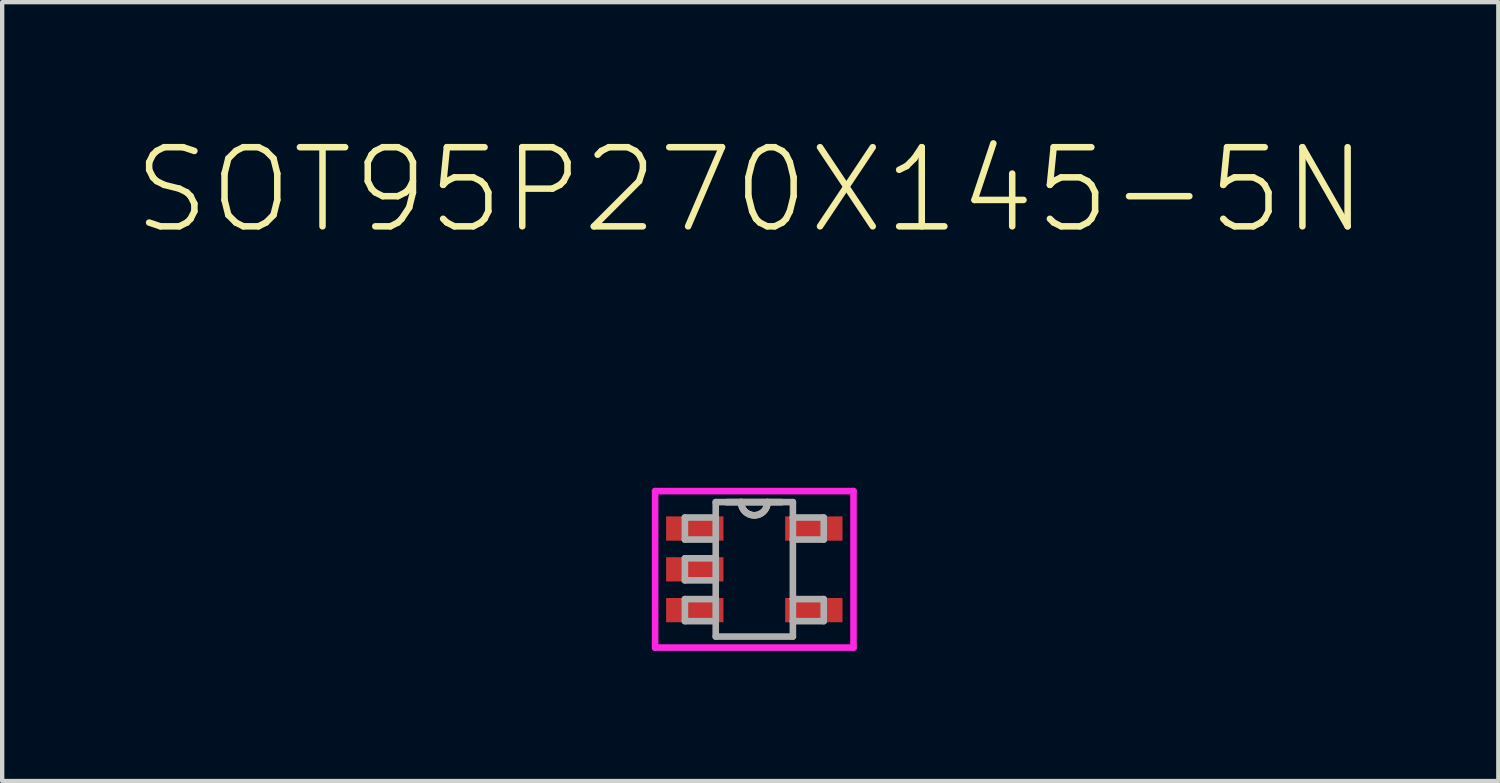
<source format=kicad_pcb>
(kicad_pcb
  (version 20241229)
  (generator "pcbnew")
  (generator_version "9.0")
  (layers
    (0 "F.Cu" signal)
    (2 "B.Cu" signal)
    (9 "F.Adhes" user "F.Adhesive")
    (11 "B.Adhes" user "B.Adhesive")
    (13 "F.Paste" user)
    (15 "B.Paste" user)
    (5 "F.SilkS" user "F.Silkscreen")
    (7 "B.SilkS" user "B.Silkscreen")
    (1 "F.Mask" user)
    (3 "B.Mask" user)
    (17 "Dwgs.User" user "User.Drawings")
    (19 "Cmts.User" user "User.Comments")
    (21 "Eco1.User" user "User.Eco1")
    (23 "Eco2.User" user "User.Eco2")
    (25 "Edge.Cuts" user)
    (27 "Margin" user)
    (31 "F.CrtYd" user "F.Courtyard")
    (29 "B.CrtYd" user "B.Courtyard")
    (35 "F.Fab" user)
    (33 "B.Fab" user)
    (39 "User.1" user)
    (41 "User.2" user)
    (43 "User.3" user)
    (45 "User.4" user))
  (footprint "SOT95P270X145-5N"
    (layer "F.Cu")
    (at 14.334 10.071)
    (property "Reference" "SOT95P270X145-5N" (at -0.093 -8.741 0) (layer "F.SilkS") (effects (font (size 1.824 1.824) (thickness 0.15))))
    (attr through_hole)
    (fp_line (start -0.305 -1.549) (end -0.635 -1.549) (stroke (width 0.152) (type solid)) (layer "F.SilkS"))
    (fp_line (start 0.305 -1.549) (end -0.305 -1.549) (stroke (width 0.152) (type solid)) (layer "F.SilkS"))
    (fp_line (start 0.635 -1.549) (end 0.305 -1.549) (stroke (width 0.152) (type solid)) (layer "F.SilkS"))
    (fp_arc (start 0.3048 -1.5494) (mid 0 -1.2446) (end -0.3048 -1.5494) (stroke (width 0.1524) (type solid)) (layer "F.SilkS"))
    (fp_line (start -2.286 -1.803) (end 2.286 -1.803) (stroke (width 0.152) (type solid)) (layer "F.CrtYd"))
    (fp_line (start -2.286 1.803) (end -2.286 -1.803) (stroke (width 0.152) (type solid)) (layer "F.CrtYd"))
    (fp_line (start 2.286 -1.803) (end 2.286 1.803) (stroke (width 0.152) (type solid)) (layer "F.CrtYd"))
    (fp_line (start 2.286 1.803) (end -2.286 1.803) (stroke (width 0.152) (type solid)) (layer "F.CrtYd"))
    (fp_line (start -1.6 -1.194) (end -1.6 -0.686) (stroke (width 0.152) (type solid)) (layer "F.Fab"))
    (fp_line (start -1.6 -0.686) (end -0.889 -0.686) (stroke (width 0.152) (type solid)) (layer "F.Fab"))
    (fp_line (start -1.6 -0.254) (end -1.6 0.254) (stroke (width 0.152) (type solid)) (layer "F.Fab"))
    (fp_line (start -1.6 0.254) (end -0.889 0.254) (stroke (width 0.152) (type solid)) (layer "F.Fab"))
    (fp_line (start -1.6 0.686) (end -1.6 1.194) (stroke (width 0.152) (type solid)) (layer "F.Fab"))
    (fp_line (start -1.6 1.194) (end -0.889 1.194) (stroke (width 0.152) (type solid)) (layer "F.Fab"))
    (fp_line (start -0.889 -1.549) (end -0.889 -1.194) (stroke (width 0.152) (type solid)) (layer "F.Fab"))
    (fp_line (start -0.889 -1.194) (end -1.6 -1.194) (stroke (width 0.152) (type solid)) (layer "F.Fab"))
    (fp_line (start -0.889 -1.194) (end -0.889 -0.686) (stroke (width 0.152) (type solid)) (layer "F.Fab"))
    (fp_line (start -0.889 -0.686) (end -0.889 -0.254) (stroke (width 0.152) (type solid)) (layer "F.Fab"))
    (fp_line (start -0.889 -0.254) (end -1.6 -0.254) (stroke (width 0.152) (type solid)) (layer "F.Fab"))
    (fp_line (start -0.889 -0.254) (end -0.889 0.254) (stroke (width 0.152) (type solid)) (layer "F.Fab"))
    (fp_line (start -0.889 0.254) (end -0.889 0.686) (stroke (width 0.152) (type solid)) (layer "F.Fab"))
    (fp_line (start -0.889 0.686) (end -1.6 0.686) (stroke (width 0.152) (type solid)) (layer "F.Fab"))
    (fp_line (start -0.889 1.194) (end -0.889 0.686) (stroke (width 0.152) (type solid)) (layer "F.Fab"))
    (fp_line (start -0.889 1.549) (end -0.889 1.194) (stroke (width 0.152) (type solid)) (layer "F.Fab"))
    (fp_line (start -0.889 1.549) (end 0.889 1.549) (stroke (width 0.152) (type solid)) (layer "F.Fab"))
    (fp_line (start -0.305 -1.549) (end -0.889 -1.549) (stroke (width 0.152) (type solid)) (layer "F.Fab"))
    (fp_line (start 0.305 -1.549) (end -0.305 -1.549) (stroke (width 0.152) (type solid)) (layer "F.Fab"))
    (fp_line (start 0.889 -1.549) (end 0.305 -1.549) (stroke (width 0.152) (type solid)) (layer "F.Fab"))
    (fp_line (start 0.889 -1.549) (end 0.889 -1.194) (stroke (width 0.152) (type solid)) (layer "F.Fab"))
    (fp_line (start 0.889 -1.194) (end 0.889 -0.686) (stroke (width 0.152) (type solid)) (layer "F.Fab"))
    (fp_line (start 0.889 -0.686) (end 1.6 -0.686) (stroke (width 0.152) (type solid)) (layer "F.Fab"))
    (fp_line (start 0.889 0.686) (end 0.889 -0.686) (stroke (width 0.152) (type solid)) (layer "F.Fab"))
    (fp_line (start 0.889 1.194) (end 0.889 0.686) (stroke (width 0.152) (type solid)) (layer "F.Fab"))
    (fp_line (start 0.889 1.194) (end 1.6 1.194) (stroke (width 0.152) (type solid)) (layer "F.Fab"))
    (fp_line (start 0.889 1.549) (end 0.889 1.194) (stroke (width 0.152) (type solid)) (layer "F.Fab"))
    (fp_line (start 1.6 -1.194) (end 0.889 -1.194) (stroke (width 0.152) (type solid)) (layer "F.Fab"))
    (fp_line (start 1.6 -0.686) (end 1.6 -1.194) (stroke (width 0.152) (type solid)) (layer "F.Fab"))
    (fp_line (start 1.6 0.686) (end 0.889 0.686) (stroke (width 0.152) (type solid)) (layer "F.Fab"))
    (fp_line (start 1.6 1.194) (end 1.6 0.686) (stroke (width 0.152) (type solid)) (layer "F.Fab"))
    (fp_arc (start 0.3048 -1.5494) (mid 0 -1.2446) (end -0.3048 -1.5494) (stroke (width 0.1524) (type solid)) (layer "F.Fab"))
    (pad "1" smd rect (at -1.372 -0.94) (size 1.321 0.559) (layers "F.Cu" "F.Mask" "F.Paste"))
    (pad "2" smd rect (at -1.372 0) (size 1.321 0.559) (layers "F.Cu" "F.Mask" "F.Paste"))
    (pad "3" smd rect (at -1.372 0.94) (size 1.321 0.559) (layers "F.Cu" "F.Mask" "F.Paste"))
    (pad "4" smd rect (at 1.372 0.94) (size 1.321 0.559) (layers "F.Cu" "F.Mask" "F.Paste"))
    (pad "5" smd rect (at 1.372 -0.94) (size 1.321 0.559) (layers "F.Cu" "F.Mask" "F.Paste")))
  (gr_rect
    (start -3 -3)
    (end 31.481 14.95)
    (stroke (width 0.1) (type default))
    (fill no)
    (layer "Edge.Cuts")))
</source>
